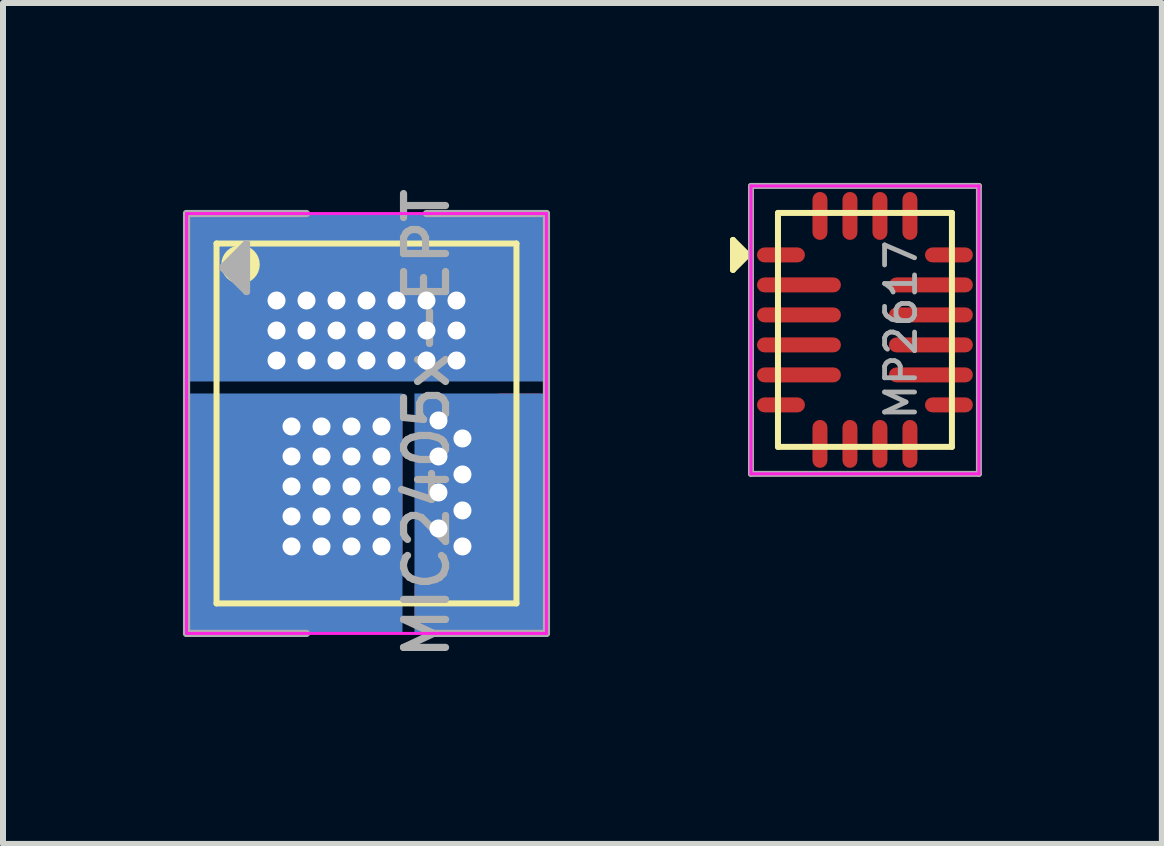
<source format=kicad_pcb>
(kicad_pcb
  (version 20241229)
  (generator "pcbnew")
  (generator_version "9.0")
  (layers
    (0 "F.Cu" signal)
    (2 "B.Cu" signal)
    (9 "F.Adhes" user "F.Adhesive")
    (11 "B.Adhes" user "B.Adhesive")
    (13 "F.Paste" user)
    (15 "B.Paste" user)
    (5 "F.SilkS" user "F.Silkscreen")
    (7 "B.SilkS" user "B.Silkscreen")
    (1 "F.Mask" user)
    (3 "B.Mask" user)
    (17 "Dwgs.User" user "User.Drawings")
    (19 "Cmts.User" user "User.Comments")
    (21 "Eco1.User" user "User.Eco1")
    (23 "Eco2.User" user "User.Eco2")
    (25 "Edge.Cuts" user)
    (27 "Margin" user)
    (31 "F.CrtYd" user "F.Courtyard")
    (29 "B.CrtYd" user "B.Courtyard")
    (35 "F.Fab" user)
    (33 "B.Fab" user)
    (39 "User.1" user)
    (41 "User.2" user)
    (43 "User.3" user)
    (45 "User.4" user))
  (footprint "MIC2405x-EPT"
    (layer "F.Cu")
    (at 3.06 4.01)
    (property "Reference" "MIC2405x-EPT" (at 1 0 90) (layer "F.Fab") (effects (font (size 0.7 0.7) (thickness 0.12))))
    (attr through_hole)
    (fp_line (start -2.5 -3) (end 2.5 -3) (stroke (width 0.1) (type solid)) (layer "F.SilkS"))
    (fp_line (start -2.5 3) (end -2.5 -3) (stroke (width 0.1) (type solid)) (layer "F.SilkS"))
    (fp_line (start -2.2 -2.65) (end -2 -2.65) (stroke (width 0.15) (type solid)) (layer "F.SilkS"))
    (fp_line (start -2.1 -2.55) (end -2.1 -2.75) (stroke (width 0.15) (type solid)) (layer "F.SilkS"))
    (fp_line (start 2.5 -3) (end 2.5 3) (stroke (width 0.1) (type solid)) (layer "F.SilkS"))
    (fp_line (start 2.5 3) (end -2.5 3) (stroke (width 0.1) (type solid)) (layer "F.SilkS"))
    (fp_circle (center -2.1 -2.65) (end -2.05 -2.6) (stroke (width 0.25) (type solid)) (fill no) (layer "F.SilkS"))
    (fp_line (start -3 -3.5) (end 3 -3.5) (stroke (width 0.05) (type solid)) (layer "F.CrtYd"))
    (fp_line (start -3 3.5) (end -3 -3.5) (stroke (width 0.05) (type solid)) (layer "F.CrtYd"))
    (fp_line (start 3 -3.5) (end 3 3.5) (stroke (width 0.05) (type solid)) (layer "F.CrtYd"))
    (fp_line (start 3 3.5) (end -3 3.5) (stroke (width 0.05) (type solid)) (layer "F.CrtYd"))
    (fp_line (start -3 -3.5) (end -3 3.5) (stroke (width 0.12) (type solid)) (layer "F.Fab"))
    (fp_line (start -3 3.5) (end -1 3.5) (stroke (width 0.12) (type solid)) (layer "F.Fab"))
    (fp_line (start -2.4 -2.6) (end -2 -3) (stroke (width 0.12) (type solid)) (layer "F.Fab"))
    (fp_line (start -2.3 -2.6) (end -2.1 -2.6) (stroke (width 0.12) (type solid)) (layer "F.Fab"))
    (fp_line (start -2.3 -2.6) (end -2.1 -2.4) (stroke (width 0.12) (type solid)) (layer "F.Fab"))
    (fp_line (start -2.1 -2.8) (end -2.3 -2.6) (stroke (width 0.12) (type solid)) (layer "F.Fab"))
    (fp_line (start -2.1 -2.6) (end -2.1 -2.8) (stroke (width 0.12) (type solid)) (layer "F.Fab"))
    (fp_line (start -2.1 -2.5) (end -2.2 -2.5) (stroke (width 0.12) (type solid)) (layer "F.Fab"))
    (fp_line (start -2.1 -2.4) (end -2.1 -2.5) (stroke (width 0.12) (type solid)) (layer "F.Fab"))
    (fp_line (start -2 -3) (end -2 -2.3) (stroke (width 0.12) (type solid)) (layer "F.Fab"))
    (fp_line (start -2 -2.3) (end -2 -2.2) (stroke (width 0.12) (type solid)) (layer "F.Fab"))
    (fp_line (start -2 -2.2) (end -2.4 -2.6) (stroke (width 0.12) (type solid)) (layer "F.Fab"))
    (fp_line (start -1 -3.5) (end -3 -3.5) (stroke (width 0.12) (type solid)) (layer "F.Fab"))
    (fp_line (start 1 3.5) (end 3 3.5) (stroke (width 0.12) (type solid)) (layer "F.Fab"))
    (fp_line (start 3 -3.5) (end 1 -3.5) (stroke (width 0.12) (type solid)) (layer "F.Fab"))
    (fp_line (start 3 3.5) (end 3 -3.5) (stroke (width 0.12) (type solid)) (layer "F.Fab"))
    (pad "" smd rect (at -2.55 -0.95) (size 0.7 0.35) (layers "F.Cu" "F.Mask" "F.Paste"))
    (pad "1" smd rect (at -2.55 -2.25) (size 0.7 0.35) (layers "F.Cu" "F.Mask" "F.Paste"))
    (pad "2" smd rect (at -2.55 -1.6) (size 0.7 0.35) (layers "F.Cu" "F.Mask" "F.Paste"))
    (pad "2" smd rect (at -2.55 0.35) (size 0.7 0.35) (layers "F.Cu" "F.Mask" "F.Paste"))
    (pad "2" smd rect (at -2.55 1) (size 0.7 0.35) (layers "F.Cu" "F.Mask" "F.Paste"))
    (pad "2" smd rect (at -2.55 1.65) (size 0.7 0.35) (layers "F.Cu" "F.Mask" "F.Paste"))
    (pad "2" smd rect (at -2.55 2.3) (size 0.7 0.35) (layers "F.Cu" "F.Mask" "F.Paste"))
    (pad "2" thru_hole circle (at -1.5 -2.05) (size 0.5 0.5) (drill 0.3) (layers "*.Cu" "F.Mask"))
    (pad "2" thru_hole circle (at -1.5 -1.55) (size 0.5 0.5) (drill 0.3) (layers "*.Cu" "F.Mask"))
    (pad "2" thru_hole circle (at -1.5 -1.05) (size 0.5 0.5) (drill 0.3) (layers "*.Cu" "F.Mask"))
    (pad "2" thru_hole circle (at -1 -2.05) (size 0.5 0.5) (drill 0.3) (layers "*.Cu" "F.Mask"))
    (pad "2" thru_hole circle (at -1 -1.55) (size 0.5 0.5) (drill 0.3) (layers "*.Cu" "F.Mask"))
    (pad "2" thru_hole circle (at -1 -1.05) (size 0.5 0.5) (drill 0.3) (layers "*.Cu" "F.Mask"))
    (pad "2" thru_hole circle (at -0.5 -2.05) (size 0.5 0.5) (drill 0.3) (layers "*.Cu" "F.Mask"))
    (pad "2" thru_hole circle (at -0.5 -1.55) (size 0.5 0.5) (drill 0.3) (layers "*.Cu" "F.Mask"))
    (pad "2" thru_hole circle (at -0.5 -1.05) (size 0.5 0.5) (drill 0.3) (layers "*.Cu" "F.Mask"))
    (pad "2" smd rect (at 0 -2.1) (size 6 2.8) (layers "B.Cu" "B.Mask" "B.Paste"))
    (pad "2" thru_hole circle (at 0 -2.05) (size 0.5 0.5) (drill 0.3) (layers "*.Cu" "F.Mask"))
    (pad "2" thru_hole circle (at 0 -1.55) (size 0.5 0.5) (drill 0.3) (layers "*.Cu" "F.Mask"))
    (pad "2" smd rect (at 0 -1.55) (size 3.7 1.6) (layers "F.Cu" "F.Mask" "F.Paste"))
    (pad "2" thru_hole circle (at 0 -1.05) (size 0.5 0.5) (drill 0.3) (layers "*.Cu" "F.Mask"))
    (pad "2" thru_hole circle (at 0.5 -2.05) (size 0.5 0.5) (drill 0.3) (layers "*.Cu" "F.Mask"))
    (pad "2" thru_hole circle (at 0.5 -1.55) (size 0.5 0.5) (drill 0.3) (layers "*.Cu" "F.Mask"))
    (pad "2" thru_hole circle (at 0.5 -1.05) (size 0.5 0.5) (drill 0.3) (layers "*.Cu" "F.Mask"))
    (pad "2" thru_hole circle (at 1 -2.05) (size 0.5 0.5) (drill 0.3) (layers "*.Cu" "F.Mask"))
    (pad "2" thru_hole circle (at 1 -1.55) (size 0.5 0.5) (drill 0.3) (layers "*.Cu" "F.Mask"))
    (pad "2" thru_hole circle (at 1 -1.05) (size 0.5 0.5) (drill 0.3) (layers "*.Cu" "F.Mask"))
    (pad "2" thru_hole circle (at 1.5 -2.05) (size 0.5 0.5) (drill 0.3) (layers "*.Cu" "F.Mask"))
    (pad "2" thru_hole circle (at 1.5 -1.55) (size 0.5 0.5) (drill 0.3) (layers "*.Cu" "F.Mask"))
    (pad "2" thru_hole circle (at 1.5 -1.05) (size 0.5 0.5) (drill 0.3) (layers "*.Cu" "F.Mask"))
    (pad "2" smd rect (at 2.55 -1.625) (size 0.7 0.35) (layers "F.Cu" "F.Mask" "F.Paste"))
    (pad "3" smd rect (at -2.55 -0.3) (size 0.7 0.35) (layers "F.Cu" "F.Mask" "F.Paste"))
    (pad "3" smd rect (at -1.625 3.05) (size 0.35 0.7) (layers "F.Cu" "F.Mask" "F.Paste"))
    (pad "3" thru_hole circle (at -1.25 0.05) (size 0.5 0.5) (drill 0.3) (layers "*.Cu" "F.Mask"))
    (pad "3" thru_hole circle (at -1.25 0.55) (size 0.5 0.5) (drill 0.3) (layers "*.Cu" "F.Mask"))
    (pad "3" thru_hole circle (at -1.25 1.05) (size 0.5 0.5) (drill 0.3) (layers "*.Cu" "F.Mask"))
    (pad "3" thru_hole circle (at -1.25 1.55) (size 0.5 0.5) (drill 0.3) (layers "*.Cu" "F.Mask"))
    (pad "3" thru_hole circle (at -1.25 2.05) (size 0.5 0.5) (drill 0.3) (layers "*.Cu" "F.Mask"))
    (pad "3" smd rect (at -1.2 1.5) (size 3.6 4) (layers "B.Cu" "B.Mask" "B.Paste"))
    (pad "3" smd rect (at -0.975 3.05) (size 0.35 0.7) (layers "F.Cu" "F.Mask" "F.Paste"))
    (pad "3" thru_hole circle (at -0.75 0.05) (size 0.5 0.5) (drill 0.3) (layers "*.Cu" "F.Mask"))
    (pad "3" thru_hole circle (at -0.75 0.55) (size 0.5 0.5) (drill 0.3) (layers "*.Cu" "F.Mask"))
    (pad "3" thru_hole circle (at -0.75 1.05) (size 0.5 0.5) (drill 0.3) (layers "*.Cu" "F.Mask"))
    (pad "3" thru_hole circle (at -0.75 1.55) (size 0.5 0.5) (drill 0.3) (layers "*.Cu" "F.Mask"))
    (pad "3" thru_hole circle (at -0.75 2.05) (size 0.5 0.5) (drill 0.3) (layers "*.Cu" "F.Mask"))
    (pad "3" smd rect (at -0.5 1) (size 2.2 2.8) (layers "F.Cu" "F.Mask" "F.Paste"))
    (pad "3" smd rect (at -0.325 3.05) (size 0.35 0.7) (layers "F.Cu" "F.Mask" "F.Paste"))
    (pad "3" thru_hole circle (at -0.25 0.05) (size 0.5 0.5) (drill 0.3) (layers "*.Cu" "F.Mask"))
    (pad "3" thru_hole circle (at -0.25 0.55) (size 0.5 0.5) (drill 0.3) (layers "*.Cu" "F.Mask"))
    (pad "3" thru_hole circle (at -0.25 1.05) (size 0.5 0.5) (drill 0.3) (layers "*.Cu" "F.Mask"))
    (pad "3" thru_hole circle (at -0.25 1.55) (size 0.5 0.5) (drill 0.3) (layers "*.Cu" "F.Mask"))
    (pad "3" thru_hole circle (at -0.25 2.05) (size 0.5 0.5) (drill 0.3) (layers "*.Cu" "F.Mask"))
    (pad "3" thru_hole circle (at 0.25 0.05) (size 0.5 0.5) (drill 0.3) (layers "*.Cu" "F.Mask"))
    (pad "3" thru_hole circle (at 0.25 0.55) (size 0.5 0.5) (drill 0.3) (layers "*.Cu" "F.Mask"))
    (pad "3" thru_hole circle (at 0.25 1.05) (size 0.5 0.5) (drill 0.3) (layers "*.Cu" "F.Mask"))
    (pad "3" thru_hole circle (at 0.25 1.55) (size 0.5 0.5) (drill 0.3) (layers "*.Cu" "F.Mask"))
    (pad "3" thru_hole circle (at 0.25 2.05) (size 0.5 0.5) (drill 0.3) (layers "*.Cu" "F.Mask"))
    (pad "3" smd rect (at 0.325 3.05) (size 0.35 0.7) (layers "F.Cu" "F.Mask" "F.Paste"))
    (pad "4" smd rect (at 0.975 3.05) (size 0.35 0.7) (layers "F.Cu" "F.Mask" "F.Paste"))
    (pad "4" thru_hole circle (at 1.2 -0.05) (size 0.5 0.5) (drill 0.3) (layers "*.Cu" "F.Mask"))
    (pad "4" thru_hole circle (at 1.2 0.55) (size 0.5 0.5) (drill 0.3) (layers "*.Cu" "F.Mask"))
    (pad "4" thru_hole circle (at 1.2 1.15) (size 0.5 0.5) (drill 0.3) (layers "*.Cu" "F.Mask"))
    (pad "4" thru_hole circle (at 1.2 1.75) (size 0.5 0.5) (drill 0.3) (layers "*.Cu" "F.Mask"))
    (pad "4" smd rect (at 1.4 1) (size 0.9 2.8) (layers "F.Cu" "F.Mask" "F.Paste"))
    (pad "4" thru_hole circle (at 1.6 0.25) (size 0.5 0.5) (drill 0.3) (layers "*.Cu" "F.Mask"))
    (pad "4" thru_hole circle (at 1.6 0.85) (size 0.5 0.5) (drill 0.3) (layers "*.Cu" "F.Mask"))
    (pad "4" thru_hole circle (at 1.6 1.45) (size 0.5 0.5) (drill 0.3) (layers "*.Cu" "F.Mask"))
    (pad "4" thru_hole circle (at 1.6 2.05) (size 0.5 0.5) (drill 0.3) (layers "*.Cu" "F.Mask"))
    (pad "4" smd rect (at 1.625 3.05) (size 0.35 0.7) (layers "F.Cu" "F.Mask" "F.Paste"))
    (pad "4" smd rect (at 1.9 1.5) (size 2.2 4) (layers "B.Cu" "B.Mask" "B.Paste"))
    (pad "4" smd rect (at 2.55 -0.325) (size 0.7 0.35) (layers "F.Cu" "F.Mask" "F.Paste"))
    (pad "4" smd rect (at 2.55 0.325) (size 0.7 0.35) (layers "F.Cu" "F.Mask" "F.Paste"))
    (pad "4" smd rect (at 2.55 0.975) (size 0.7 0.35) (layers "F.Cu" "F.Mask" "F.Paste"))
    (pad "4" smd rect (at 2.55 1.625) (size 0.7 0.35) (layers "F.Cu" "F.Mask" "F.Paste"))
    (pad "4" smd rect (at 2.55 2.275) (size 0.7 0.35) (layers "F.Cu" "F.Mask" "F.Paste"))
    (pad "5" smd rect (at 2.55 -0.975) (size 0.7 0.35) (layers "F.Cu" "F.Mask" "F.Paste"))
    (pad "6" smd rect (at 2.55 -2.275) (size 0.7 0.35) (layers "F.Cu" "F.Mask" "F.Paste"))
    (pad "7" smd rect (at 1.625 -3.05) (size 0.35 0.7) (layers "F.Cu" "F.Mask" "F.Paste"))
    (pad "8" smd rect (at 0.975 -3.05) (size 0.35 0.7) (layers "F.Cu" "F.Mask" "F.Paste"))
    (pad "9" smd rect (at 0.325 -3.05) (size 0.35 0.7) (layers "F.Cu" "F.Mask" "F.Paste"))
    (pad "10" smd rect (at -0.325 -3.05) (size 0.35 0.7) (layers "F.Cu" "F.Mask" "F.Paste"))
    (pad "11" smd rect (at -0.975 -3.05) (size 0.35 0.7) (layers "F.Cu" "F.Mask" "F.Paste"))
    (pad "12" smd rect (at -1.625 -3.05) (size 0.35 0.7) (layers "F.Cu" "F.Mask" "F.Paste")))
  (footprint "MP2617"
    (layer "F.Cu")
    (at 11.37 2.45)
    (property "Reference" "MP2617" (at 0.6 0 90) (layer "F.Fab") (effects (font (size 0.5 0.5) (thickness 0.08))))
    (attr through_hole)
    (fp_line (start -2.2 -1.5) (end -2.2 -1) (stroke (width 0.1) (type solid)) (layer "F.SilkS"))
    (fp_line (start -2.2 -1) (end -1.95 -1.25) (stroke (width 0.1) (type solid)) (layer "F.SilkS"))
    (fp_line (start -2.1 -1.3) (end -2.1 -1.2) (stroke (width 0.2) (type solid)) (layer "F.SilkS"))
    (fp_line (start -1.95 -1.25) (end -2.2 -1.5) (stroke (width 0.1) (type solid)) (layer "F.SilkS"))
    (fp_line (start -1.45 -1.95) (end 1.45 -1.95) (stroke (width 0.1) (type solid)) (layer "F.SilkS"))
    (fp_line (start -1.45 1.95) (end -1.45 -1.95) (stroke (width 0.1) (type solid)) (layer "F.SilkS"))
    (fp_line (start 1.45 -1.95) (end 1.45 1.95) (stroke (width 0.1) (type solid)) (layer "F.SilkS"))
    (fp_line (start 1.45 1.95) (end -1.45 1.95) (stroke (width 0.1) (type solid)) (layer "F.SilkS"))
    (fp_line (start -1.9 -2.4) (end 1.9 -2.4) (stroke (width 0.05) (type solid)) (layer "F.CrtYd"))
    (fp_line (start -1.9 2.4) (end -1.9 -2.4) (stroke (width 0.05) (type solid)) (layer "F.CrtYd"))
    (fp_line (start 1.9 -2.4) (end 1.9 2.4) (stroke (width 0.05) (type solid)) (layer "F.CrtYd"))
    (fp_line (start 1.9 2.4) (end -1.9 2.4) (stroke (width 0.05) (type solid)) (layer "F.CrtYd"))
    (fp_line (start -1.9 -2.4) (end 1.9 -2.4) (stroke (width 0.1) (type solid)) (layer "F.Fab"))
    (fp_line (start -1.9 2.4) (end -1.9 -2.4) (stroke (width 0.1) (type solid)) (layer "F.Fab"))
    (fp_line (start 1.9 -2.4) (end 1.9 2.4) (stroke (width 0.1) (type solid)) (layer "F.Fab"))
    (fp_line (start 1.9 2.4) (end -1.9 2.4) (stroke (width 0.1) (type solid)) (layer "F.Fab"))
    (pad "1" smd roundrect (at -1.4 -1.25) (size 0.8 0.25) (layers "F.Cu" "F.Mask" "F.Paste") (roundrect_rratio 0.5))
    (pad "2" smd roundrect (at -1.1 -0.75) (size 1.4 0.25) (layers "F.Cu" "F.Mask" "F.Paste") (roundrect_rratio 0.5))
    (pad "3" smd roundrect (at -1.1 -0.25) (size 1.4 0.25) (layers "F.Cu" "F.Mask" "F.Paste") (roundrect_rratio 0.5))
    (pad "4" smd roundrect (at -1.1 0.25) (size 1.4 0.25) (layers "F.Cu" "F.Mask" "F.Paste") (roundrect_rratio 0.5))
    (pad "5" smd roundrect (at -1.1 0.75) (size 1.4 0.25) (layers "F.Cu" "F.Mask" "F.Paste") (roundrect_rratio 0.5))
    (pad "6" smd roundrect (at -1.4 1.25) (size 0.8 0.25) (layers "F.Cu" "F.Mask" "F.Paste") (roundrect_rratio 0.5))
    (pad "7" smd roundrect (at -0.75 1.9 270) (size 0.8 0.25) (layers "F.Cu" "F.Mask" "F.Paste") (roundrect_rratio 0.5))
    (pad "8" smd roundrect (at -0.25 1.9 270) (size 0.8 0.25) (layers "F.Cu" "F.Mask" "F.Paste") (roundrect_rratio 0.5))
    (pad "9" smd roundrect (at 0.25 1.9 270) (size 0.8 0.25) (layers "F.Cu" "F.Mask" "F.Paste") (roundrect_rratio 0.5))
    (pad "10" smd roundrect (at 0.75 1.9 270) (size 0.8 0.25) (layers "F.Cu" "F.Mask" "F.Paste") (roundrect_rratio 0.5))
    (pad "11" smd roundrect (at 1.4 1.25) (size 0.8 0.25) (layers "F.Cu" "F.Mask" "F.Paste") (roundrect_rratio 0.5))
    (pad "12" smd roundrect (at 1.1 0.75) (size 1.4 0.25) (layers "F.Cu" "F.Mask" "F.Paste") (roundrect_rratio 0.5))
    (pad "13" smd roundrect (at 1.1 0.25) (size 1.4 0.25) (layers "F.Cu" "F.Mask" "F.Paste") (roundrect_rratio 0.5))
    (pad "14" smd roundrect (at 1.1 -0.25) (size 1.4 0.25) (layers "F.Cu" "F.Mask" "F.Paste") (roundrect_rratio 0.5))
    (pad "15" smd roundrect (at 1.1 -0.75) (size 1.4 0.25) (layers "F.Cu" "F.Mask" "F.Paste") (roundrect_rratio 0.5))
    (pad "16" smd roundrect (at 1.4 -1.25) (size 0.8 0.25) (layers "F.Cu" "F.Mask" "F.Paste") (roundrect_rratio 0.5))
    (pad "17" smd roundrect (at 0.75 -1.9 90) (size 0.8 0.25) (layers "F.Cu" "F.Mask" "F.Paste") (roundrect_rratio 0.5))
    (pad "18" smd roundrect (at 0.25 -1.9 90) (size 0.8 0.25) (layers "F.Cu" "F.Mask" "F.Paste") (roundrect_rratio 0.5))
    (pad "19" smd roundrect (at -0.25 -1.9 90) (size 0.8 0.25) (layers "F.Cu" "F.Mask" "F.Paste") (roundrect_rratio 0.5))
    (pad "20" smd roundrect (at -0.75 -1.9 90) (size 0.8 0.25) (layers "F.Cu" "F.Mask" "F.Paste") (roundrect_rratio 0.5)))
  (gr_rect
    (start -3 -3)
    (end 16.32 11.02)
    (stroke (width 0.1) (type default))
    (fill no)
    (layer "Edge.Cuts")))
</source>
